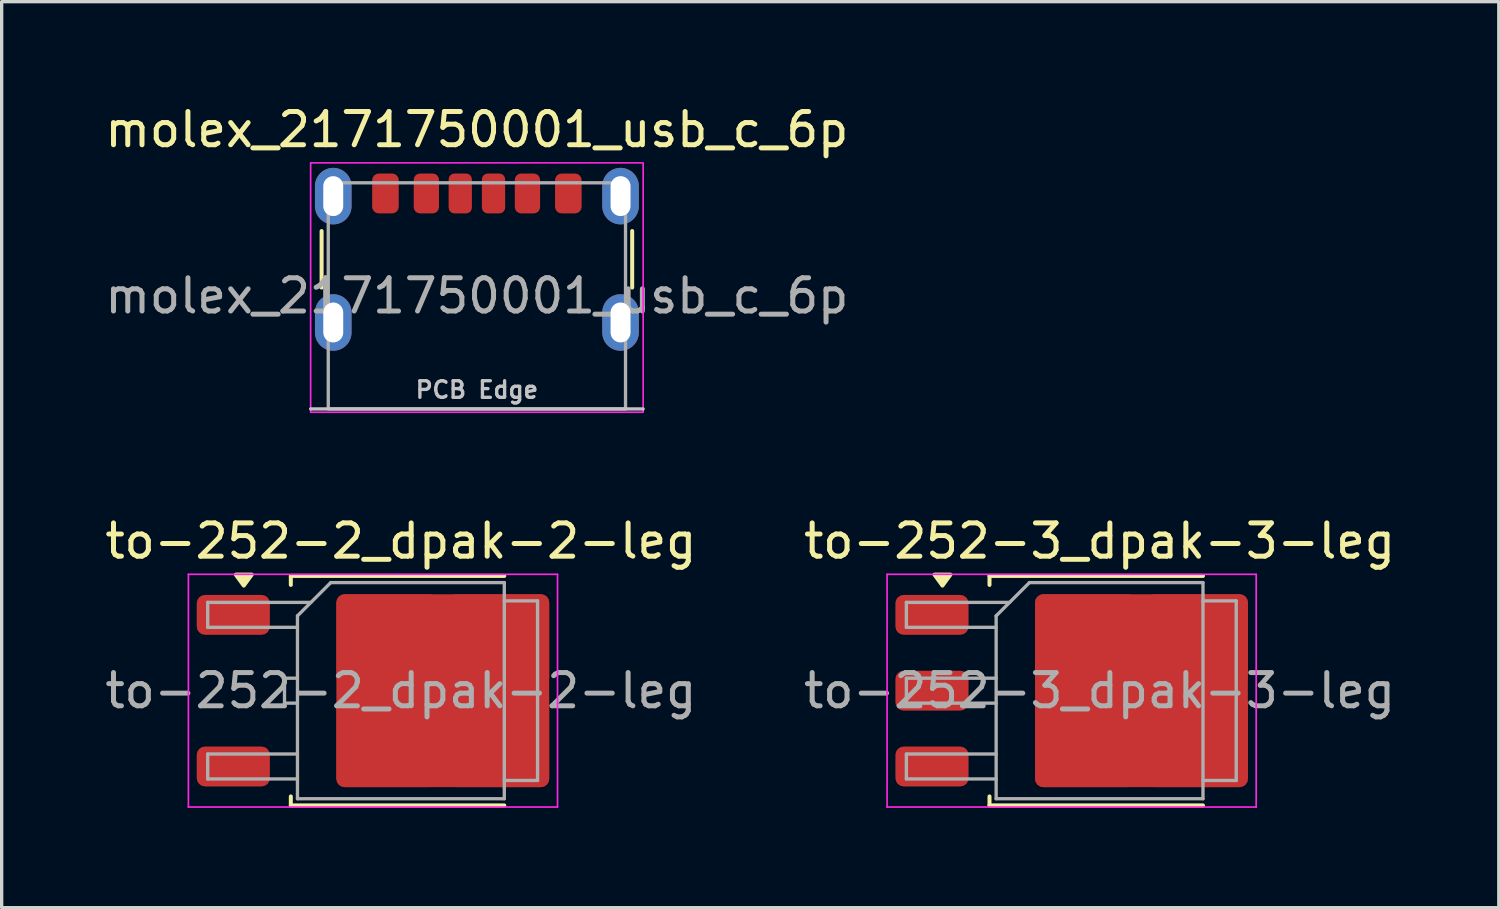
<source format=kicad_pcb>
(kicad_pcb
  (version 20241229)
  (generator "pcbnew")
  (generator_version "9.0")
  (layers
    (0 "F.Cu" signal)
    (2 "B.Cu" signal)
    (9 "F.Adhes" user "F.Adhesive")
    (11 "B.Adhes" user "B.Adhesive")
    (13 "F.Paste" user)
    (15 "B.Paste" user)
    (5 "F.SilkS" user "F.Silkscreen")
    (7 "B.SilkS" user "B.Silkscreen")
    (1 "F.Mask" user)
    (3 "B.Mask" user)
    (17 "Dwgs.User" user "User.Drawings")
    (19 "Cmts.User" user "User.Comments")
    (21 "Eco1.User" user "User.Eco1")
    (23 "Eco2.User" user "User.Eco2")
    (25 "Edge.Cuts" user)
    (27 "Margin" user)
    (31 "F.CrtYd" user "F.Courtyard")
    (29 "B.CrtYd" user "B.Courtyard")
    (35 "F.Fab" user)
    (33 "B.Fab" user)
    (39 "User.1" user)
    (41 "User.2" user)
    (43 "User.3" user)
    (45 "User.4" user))
  (footprint "to-252-2_dpak-2-leg"
    (layer "F.Cu")
    (at 9.006 17.721)
    (property "Reference" "to-252-2_dpak-2-leg" (at 0 -4.5 0) (layer "F.SilkS") (effects (font (size 1 1) (thickness 0.15))))
    (attr smd)
    (fp_line (start -3.31 -3.45) (end -3.31 -3.18) (stroke (width 0.12) (type solid)) (layer "F.SilkS"))
    (fp_line (start -3.31 3.45) (end -3.31 3.18) (stroke (width 0.12) (type solid)) (layer "F.SilkS"))
    (fp_line (start 3.11 -3.45) (end -3.31 -3.45) (stroke (width 0.12) (type solid)) (layer "F.SilkS"))
    (fp_line (start 3.11 3.45) (end -3.31 3.45) (stroke (width 0.12) (type solid)) (layer "F.SilkS"))
    (fp_poly (pts (xy -4.725 -3.16) (xy -4.965 -3.49) (xy -4.485 -3.49) (xy -4.725 -3.16)) (stroke (width 0.12) (type solid)) (fill yes) (layer "F.SilkS"))
    (fp_line (start -6.39 -3.5) (end -6.39 3.5) (stroke (width 0.05) (type solid)) (layer "F.CrtYd"))
    (fp_line (start -6.39 3.5) (end 4.71 3.5) (stroke (width 0.05) (type solid)) (layer "F.CrtYd"))
    (fp_line (start 4.71 -3.5) (end -6.39 -3.5) (stroke (width 0.05) (type solid)) (layer "F.CrtYd"))
    (fp_line (start 4.71 3.5) (end 4.71 -3.5) (stroke (width 0.05) (type solid)) (layer "F.CrtYd"))
    (fp_line (start -5.81 -2.655) (end -5.81 -1.905) (stroke (width 0.1) (type solid)) (layer "F.Fab"))
    (fp_line (start -5.81 -1.905) (end -3.11 -1.905) (stroke (width 0.1) (type solid)) (layer "F.Fab"))
    (fp_line (start -5.81 1.905) (end -5.81 2.655) (stroke (width 0.1) (type solid)) (layer "F.Fab"))
    (fp_line (start -5.81 2.655) (end -3.11 2.655) (stroke (width 0.1) (type solid)) (layer "F.Fab"))
    (fp_line (start -3.5 -0.375) (end -3.5 0.375) (stroke (width 0.1) (type solid)) (layer "F.Fab"))
    (fp_line (start -3.5 0.375) (end -3.11 0.375) (stroke (width 0.1) (type solid)) (layer "F.Fab"))
    (fp_line (start -3.11 -2.25) (end -2.11 -3.25) (stroke (width 0.1) (type solid)) (layer "F.Fab"))
    (fp_line (start -3.11 -0.375) (end -3.5 -0.375) (stroke (width 0.1) (type solid)) (layer "F.Fab"))
    (fp_line (start -3.11 1.905) (end -5.81 1.905) (stroke (width 0.1) (type solid)) (layer "F.Fab"))
    (fp_line (start -3.11 3.25) (end -3.11 -2.25) (stroke (width 0.1) (type solid)) (layer "F.Fab"))
    (fp_line (start -2.705 -2.655) (end -5.81 -2.655) (stroke (width 0.1) (type solid)) (layer "F.Fab"))
    (fp_line (start -2.11 -3.25) (end 3.11 -3.25) (stroke (width 0.1) (type solid)) (layer "F.Fab"))
    (fp_line (start 3.11 -3.25) (end 3.11 3.25) (stroke (width 0.1) (type solid)) (layer "F.Fab"))
    (fp_line (start 3.11 -2.7) (end 4.11 -2.7) (stroke (width 0.1) (type solid)) (layer "F.Fab"))
    (fp_line (start 3.11 3.25) (end -3.11 3.25) (stroke (width 0.1) (type solid)) (layer "F.Fab"))
    (fp_line (start 4.11 -2.7) (end 4.11 2.7) (stroke (width 0.1) (type solid)) (layer "F.Fab"))
    (fp_line (start 4.11 2.7) (end 3.11 2.7) (stroke (width 0.1) (type solid)) (layer "F.Fab"))
    (fp_text user "${REFERENCE}" (at 0 0 0) (layer "F.Fab") (effects (font (size 1 1) (thickness 0.15))))
    (pad "1" smd roundrect (at -5.04 -2.28) (size 2.2 1.2) (layers "F.Cu" "F.Mask" "F.Paste") (roundrect_rratio 0.208))
    (pad "2" smd roundrect (at -0.415 -1.525) (size 3.05 2.75) (layers "F.Cu" "F.Paste") (roundrect_rratio 0.091))
    (pad "2" smd roundrect (at -0.415 1.525) (size 3.05 2.75) (layers "F.Cu" "F.Paste") (roundrect_rratio 0.091))
    (pad "2" smd roundrect (at 1.26 0) (size 6.4 5.8) (layers "F.Cu" "F.Mask") (roundrect_rratio 0.043))
    (pad "2" smd roundrect (at 2.935 -1.525) (size 3.05 2.75) (layers "F.Cu" "F.Paste") (roundrect_rratio 0.091))
    (pad "2" smd roundrect (at 2.935 1.525) (size 3.05 2.75) (layers "F.Cu" "F.Paste") (roundrect_rratio 0.091))
    (pad "3" smd roundrect (at -5.04 2.28) (size 2.2 1.2) (layers "F.Cu" "F.Mask" "F.Paste") (roundrect_rratio 0.208)))
  (footprint "to-252-3_dpak-3-leg"
    (layer "F.Cu")
    (at 30.018 17.721)
    (property "Reference" "to-252-3_dpak-3-leg" (at 0 -4.5 0) (layer "F.SilkS") (effects (font (size 1 1) (thickness 0.15))))
    (attr smd)
    (fp_line (start -3.31 -3.45) (end -3.31 -3.18) (stroke (width 0.12) (type solid)) (layer "F.SilkS"))
    (fp_line (start -3.31 3.45) (end -3.31 3.18) (stroke (width 0.12) (type solid)) (layer "F.SilkS"))
    (fp_line (start 3.11 -3.45) (end -3.31 -3.45) (stroke (width 0.12) (type solid)) (layer "F.SilkS"))
    (fp_line (start 3.11 3.45) (end -3.31 3.45) (stroke (width 0.12) (type solid)) (layer "F.SilkS"))
    (fp_poly (pts (xy -4.725 -3.16) (xy -4.965 -3.49) (xy -4.485 -3.49) (xy -4.725 -3.16)) (stroke (width 0.12) (type solid)) (fill yes) (layer "F.SilkS"))
    (fp_line (start -6.39 -3.5) (end -6.39 3.5) (stroke (width 0.05) (type solid)) (layer "F.CrtYd"))
    (fp_line (start -6.39 3.5) (end 4.71 3.5) (stroke (width 0.05) (type solid)) (layer "F.CrtYd"))
    (fp_line (start 4.71 -3.5) (end -6.39 -3.5) (stroke (width 0.05) (type solid)) (layer "F.CrtYd"))
    (fp_line (start 4.71 3.5) (end 4.71 -3.5) (stroke (width 0.05) (type solid)) (layer "F.CrtYd"))
    (fp_line (start -5.81 -2.655) (end -5.81 -1.905) (stroke (width 0.1) (type solid)) (layer "F.Fab"))
    (fp_line (start -5.81 -1.905) (end -3.11 -1.905) (stroke (width 0.1) (type solid)) (layer "F.Fab"))
    (fp_line (start -5.81 -0.375) (end -5.81 0.375) (stroke (width 0.1) (type solid)) (layer "F.Fab"))
    (fp_line (start -5.81 0.375) (end -3.11 0.375) (stroke (width 0.1) (type solid)) (layer "F.Fab"))
    (fp_line (start -5.81 1.905) (end -5.81 2.655) (stroke (width 0.1) (type solid)) (layer "F.Fab"))
    (fp_line (start -5.81 2.655) (end -3.11 2.655) (stroke (width 0.1) (type solid)) (layer "F.Fab"))
    (fp_line (start -3.11 -2.25) (end -2.11 -3.25) (stroke (width 0.1) (type solid)) (layer "F.Fab"))
    (fp_line (start -3.11 -0.375) (end -5.81 -0.375) (stroke (width 0.1) (type solid)) (layer "F.Fab"))
    (fp_line (start -3.11 1.905) (end -5.81 1.905) (stroke (width 0.1) (type solid)) (layer "F.Fab"))
    (fp_line (start -3.11 3.25) (end -3.11 -2.25) (stroke (width 0.1) (type solid)) (layer "F.Fab"))
    (fp_line (start -2.705 -2.655) (end -5.81 -2.655) (stroke (width 0.1) (type solid)) (layer "F.Fab"))
    (fp_line (start -2.11 -3.25) (end 3.11 -3.25) (stroke (width 0.1) (type solid)) (layer "F.Fab"))
    (fp_line (start 3.11 -3.25) (end 3.11 3.25) (stroke (width 0.1) (type solid)) (layer "F.Fab"))
    (fp_line (start 3.11 -2.7) (end 4.11 -2.7) (stroke (width 0.1) (type solid)) (layer "F.Fab"))
    (fp_line (start 3.11 3.25) (end -3.11 3.25) (stroke (width 0.1) (type solid)) (layer "F.Fab"))
    (fp_line (start 4.11 -2.7) (end 4.11 2.7) (stroke (width 0.1) (type solid)) (layer "F.Fab"))
    (fp_line (start 4.11 2.7) (end 3.11 2.7) (stroke (width 0.1) (type solid)) (layer "F.Fab"))
    (fp_text user "${REFERENCE}" (at 0 0 0) (layer "F.Fab") (effects (font (size 1 1) (thickness 0.15))))
    (pad "1" smd roundrect (at -5.04 -2.28) (size 2.2 1.2) (layers "F.Cu" "F.Mask" "F.Paste") (roundrect_rratio 0.208))
    (pad "2" smd roundrect (at -5.04 0) (size 2.2 1.2) (layers "F.Cu" "F.Mask" "F.Paste") (roundrect_rratio 0.208))
    (pad "2" smd roundrect (at -0.415 -1.525) (size 3.05 2.75) (layers "F.Cu" "F.Paste") (roundrect_rratio 0.091))
    (pad "2" smd roundrect (at -0.415 1.525) (size 3.05 2.75) (layers "F.Cu" "F.Paste") (roundrect_rratio 0.091))
    (pad "2" smd roundrect (at 1.26 0) (size 6.4 5.8) (layers "F.Cu" "F.Mask") (roundrect_rratio 0.043))
    (pad "2" smd roundrect (at 2.935 -1.525) (size 3.05 2.75) (layers "F.Cu" "F.Paste") (roundrect_rratio 0.091))
    (pad "2" smd roundrect (at 2.935 1.525) (size 3.05 2.75) (layers "F.Cu" "F.Paste") (roundrect_rratio 0.091))
    (pad "3" smd roundrect (at -5.04 2.28) (size 2.2 1.2) (layers "F.Cu" "F.Mask" "F.Paste") (roundrect_rratio 0.208)))
  (footprint "molex_2171750001_usb_c_6p"
    (layer "F.Cu")
    (at 11.292 5.848)
    (property "Reference" "molex_2171750001_usb_c_6p" (at 0 -5 0) (unlocked yes) (layer "F.SilkS") (effects (font (size 1 1) (thickness 0.15))))
    (attr smd)
    (fp_line (start -4.67 -0.25) (end -4.67 -1.95) (stroke (width 0.12) (type solid)) (layer "F.SilkS"))
    (fp_line (start 4.67 -0.25) (end 4.67 -1.95) (stroke (width 0.12) (type solid)) (layer "F.SilkS"))
    (fp_line (start 5 3.4) (end -5 3.4) (stroke (width 0.1) (type solid)) (layer "Dwgs.User"))
    (fp_rect (start -5 -4) (end 5 3.5) (stroke (width 0.05) (type solid)) (fill no) (layer "F.CrtYd"))
    (fp_rect (start -4.47 -3.4) (end 4.47 3.4) (stroke (width 0.1) (type solid)) (fill no) (layer "F.Fab"))
    (fp_text user "PCB Edge" (at 0 2.825 0) (unlocked yes) (layer "Dwgs.User") (effects (font (size 0.5 0.5) (thickness 0.1))))
    (fp_text user "${REFERENCE}" (at 0 0 0) (unlocked yes) (layer "F.Fab") (effects (font (size 1 1) (thickness 0.15))))
    (pad "A5" smd roundrect (at -0.5 -3.08) (size 0.7 1.2) (layers "F.Cu" "F.Mask" "F.Paste") (roundrect_rratio 0.25))
    (pad "A9" smd roundrect (at 1.52 -3.08 180) (size 0.76 1.2) (layers "F.Cu" "F.Mask" "F.Paste") (roundrect_rratio 0.25))
    (pad "A12" smd roundrect (at 2.75 -3.08 180) (size 0.8 1.2) (layers "F.Cu" "F.Mask" "F.Paste") (roundrect_rratio 0.25))
    (pad "B5" smd roundrect (at 0.5 -3.08 180) (size 0.7 1.2) (layers "F.Cu" "F.Mask" "F.Paste") (roundrect_rratio 0.25))
    (pad "B9" smd roundrect (at -1.52 -3.08) (size 0.76 1.2) (layers "F.Cu" "F.Mask" "F.Paste") (roundrect_rratio 0.25))
    (pad "B12" smd roundrect (at -2.75 -3.08) (size 0.8 1.2) (layers "F.Cu" "F.Mask" "F.Paste") (roundrect_rratio 0.25))
    (pad "S1" thru_hole oval (at -4.32 -3) (size 1.1 1.7) (drill oval 0.6 1.2) (layers "*.Cu" "*.Mask" "F.Paste"))
    (pad "S1" thru_hole oval (at -4.32 0.8) (size 1.1 1.7) (drill oval 0.6 1.2) (layers "*.Cu" "*.Mask" "F.Paste"))
    (pad "S1" thru_hole oval (at 4.32 -3) (size 1.1 1.7) (drill oval 0.6 1.2) (layers "*.Cu" "*.Mask" "F.Paste"))
    (pad "S1" thru_hole oval (at 4.32 0.8) (size 1.1 1.7) (drill oval 0.6 1.2) (layers "*.Cu" "*.Mask" "F.Paste")))
  (gr_rect
    (start -3 -3)
    (end 42.024 24.247)
    (stroke (width 0.1) (type default))
    (fill no)
    (layer "Edge.Cuts")))
</source>
